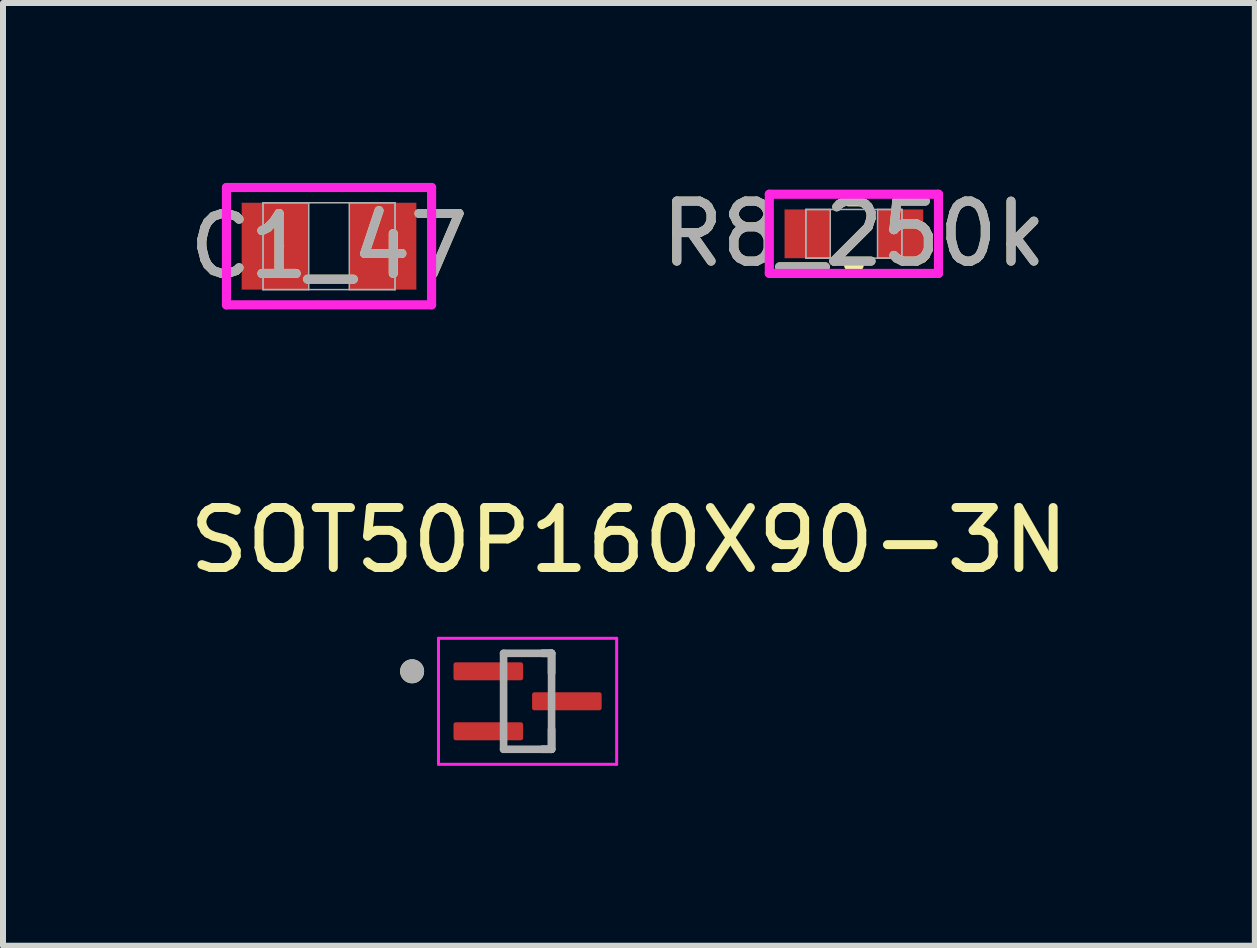
<source format=kicad_pcb>
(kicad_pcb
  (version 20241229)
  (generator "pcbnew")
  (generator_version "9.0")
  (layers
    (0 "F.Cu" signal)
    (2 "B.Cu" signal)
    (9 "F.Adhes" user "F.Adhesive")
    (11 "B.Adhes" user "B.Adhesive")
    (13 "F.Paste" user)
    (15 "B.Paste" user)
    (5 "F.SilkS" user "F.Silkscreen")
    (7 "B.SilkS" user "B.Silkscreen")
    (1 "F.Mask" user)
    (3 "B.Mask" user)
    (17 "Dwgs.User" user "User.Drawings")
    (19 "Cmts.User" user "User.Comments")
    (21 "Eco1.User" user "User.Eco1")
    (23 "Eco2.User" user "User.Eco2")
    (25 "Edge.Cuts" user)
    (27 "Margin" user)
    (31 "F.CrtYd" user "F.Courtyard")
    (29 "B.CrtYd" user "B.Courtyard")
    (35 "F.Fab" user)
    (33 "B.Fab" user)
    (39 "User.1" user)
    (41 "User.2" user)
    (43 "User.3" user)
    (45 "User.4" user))
  (footprint "R8_250k"
    (layer "F.Cu")
    (at 11.185 0.848)
    (property "Reference" "R8_250k" (at 0 0 0) (unlocked yes) (layer "F.SilkS") (effects (font (size 1 1) (thickness 0.15))))
    (attr smd)
    (fp_line (start -0.086 0.533) (end 0.086 0.533) (stroke (width 0.152) (type solid)) (layer "F.SilkS"))
    (fp_line (start 0.086 -0.533) (end -0.086 -0.533) (stroke (width 0.152) (type solid)) (layer "F.SilkS"))
    (fp_line (start -1.41 -0.66) (end 1.41 -0.66) (stroke (width 0.152) (type solid)) (layer "F.CrtYd"))
    (fp_line (start -1.41 0.66) (end -1.41 -0.66) (stroke (width 0.152) (type solid)) (layer "F.CrtYd"))
    (fp_line (start 1.41 -0.66) (end 1.41 0.66) (stroke (width 0.152) (type solid)) (layer "F.CrtYd"))
    (fp_line (start 1.41 0.66) (end -1.41 0.66) (stroke (width 0.152) (type solid)) (layer "F.CrtYd"))
    (fp_line (start -0.8 -0.406) (end -0.8 0.406) (stroke (width 0.025) (type solid)) (layer "F.Fab"))
    (fp_line (start -0.8 -0.406) (end -0.8 0.406) (stroke (width 0.025) (type solid)) (layer "F.Fab"))
    (fp_line (start -0.8 0.406) (end -0.394 0.406) (stroke (width 0.025) (type solid)) (layer "F.Fab"))
    (fp_line (start -0.8 0.406) (end 0.8 0.406) (stroke (width 0.025) (type solid)) (layer "F.Fab"))
    (fp_line (start -0.394 -0.406) (end -0.8 -0.406) (stroke (width 0.025) (type solid)) (layer "F.Fab"))
    (fp_line (start -0.394 0.406) (end -0.394 -0.406) (stroke (width 0.025) (type solid)) (layer "F.Fab"))
    (fp_line (start 0.394 -0.406) (end 0.394 0.406) (stroke (width 0.025) (type solid)) (layer "F.Fab"))
    (fp_line (start 0.394 0.406) (end 0.8 0.406) (stroke (width 0.025) (type solid)) (layer "F.Fab"))
    (fp_line (start 0.8 -0.406) (end -0.8 -0.406) (stroke (width 0.025) (type solid)) (layer "F.Fab"))
    (fp_line (start 0.8 -0.406) (end 0.394 -0.406) (stroke (width 0.025) (type solid)) (layer "F.Fab"))
    (fp_line (start 0.8 0.406) (end 0.8 -0.406) (stroke (width 0.025) (type solid)) (layer "F.Fab"))
    (fp_line (start 0.8 0.406) (end 0.8 -0.406) (stroke (width 0.025) (type solid)) (layer "F.Fab"))
    (fp_text user "${REFERENCE}" (at 0 0 0) (unlocked yes) (layer "F.Fab") (effects (font (size 1 1) (thickness 0.15))))
    (pad "1" smd rect (at -0.775 0) (size 0.762 0.813) (layers "F.Cu" "F.Mask" "F.Paste"))
    (pad "2" smd rect (at 0.775 0) (size 0.762 0.813) (layers "F.Cu" "F.Mask" "F.Paste"))
    (zone (net_name "") (layer "F.Cu") (hatch full 0.508) (connect_pads) (min_thickness 0.254) (filled_areas_thickness no) (keepout (tracks not_allowed) (vias not_allowed) (pads allowed) (copperpour not_allowed) (footprints allowed)) (placement (enabled no)) (fill) (polygon (pts (xy 10.842 0.493) (xy 11.527 0.493) (xy 11.527 1.204) (xy 10.842 1.204)))))
  (footprint "C1_47"
    (layer "F.Cu")
    (at 2.435 1.054)
    (property "Reference" "C1_47" (at 0 0 0) (unlocked yes) (layer "F.SilkS") (effects (font (size 1 1) (thickness 0.15))))
    (attr smd)
    (fp_line (start -1.71 -0.978) (end 1.71 -0.978) (stroke (width 0.152) (type solid)) (layer "F.CrtYd"))
    (fp_line (start -1.71 0.978) (end -1.71 -0.978) (stroke (width 0.152) (type solid)) (layer "F.CrtYd"))
    (fp_line (start 1.71 -0.978) (end 1.71 0.978) (stroke (width 0.152) (type solid)) (layer "F.CrtYd"))
    (fp_line (start 1.71 0.978) (end -1.71 0.978) (stroke (width 0.152) (type solid)) (layer "F.CrtYd"))
    (fp_line (start -1.1 -0.724) (end -1.1 0.724) (stroke (width 0.025) (type solid)) (layer "F.Fab"))
    (fp_line (start -1.1 -0.724) (end -1.1 0.724) (stroke (width 0.025) (type solid)) (layer "F.Fab"))
    (fp_line (start -1.1 0.724) (end -0.338 0.724) (stroke (width 0.025) (type solid)) (layer "F.Fab"))
    (fp_line (start -1.1 0.724) (end 1.1 0.724) (stroke (width 0.025) (type solid)) (layer "F.Fab"))
    (fp_line (start -0.338 -0.724) (end -1.1 -0.724) (stroke (width 0.025) (type solid)) (layer "F.Fab"))
    (fp_line (start -0.338 0.724) (end -0.338 -0.724) (stroke (width 0.025) (type solid)) (layer "F.Fab"))
    (fp_line (start 0.338 -0.724) (end 0.338 0.724) (stroke (width 0.025) (type solid)) (layer "F.Fab"))
    (fp_line (start 0.338 0.724) (end 1.1 0.724) (stroke (width 0.025) (type solid)) (layer "F.Fab"))
    (fp_line (start 1.1 -0.724) (end -1.1 -0.724) (stroke (width 0.025) (type solid)) (layer "F.Fab"))
    (fp_line (start 1.1 -0.724) (end 0.338 -0.724) (stroke (width 0.025) (type solid)) (layer "F.Fab"))
    (fp_line (start 1.1 0.724) (end 1.1 -0.724) (stroke (width 0.025) (type solid)) (layer "F.Fab"))
    (fp_line (start 1.1 0.724) (end 1.1 -0.724) (stroke (width 0.025) (type solid)) (layer "F.Fab"))
    (fp_circle (center -0.77 0) (end -0.77 0) (stroke (width 0.025) (type solid)) (fill no) (layer "F.Fab"))
    (fp_text user "${REFERENCE}" (at 0 0 0) (unlocked yes) (layer "F.Fab") (effects (font (size 1 1) (thickness 0.15))))
    (pad "1" smd rect (at -0.897 0) (size 1.118 1.448) (layers "F.Cu" "F.Mask" "F.Paste"))
    (pad "2" smd rect (at 0.897 0) (size 1.118 1.448) (layers "F.Cu" "F.Mask" "F.Paste"))
    (zone (net_name "") (layer "F.Cu") (hatch full 0.508) (connect_pads) (min_thickness 0.254) (filled_areas_thickness no) (keepout (tracks not_allowed) (vias not_allowed) (pads allowed) (copperpour not_allowed) (footprints allowed)) (placement (enabled no)) (fill) (polygon (pts (xy 2.147 0.381) (xy 2.722 0.381) (xy 2.722 1.727) (xy 2.147 1.727)))))
  (footprint "SOT50P160X90-3N"
    (layer "F.Cu")
    (at 5.745 8.641)
    (property "Reference" "SOT50P160X90-3N" (at 1.69 -2.685 0) (layer "F.SilkS") (effects (font (size 1 1) (thickness 0.15))))
    (attr smd)
    (fp_line (start 0.245 -0.8) (end 0.4 -0.8) (stroke (width 0.127) (type solid)) (layer "F.SilkS"))
    (fp_line (start 0.4 -0.8) (end 0.4 -0.47) (stroke (width 0.127) (type solid)) (layer "F.SilkS"))
    (fp_line (start 0.4 0.8) (end 0.245 0.8) (stroke (width 0.127) (type solid)) (layer "F.SilkS"))
    (fp_line (start 0.4 0.8) (end 0.4 0.47) (stroke (width 0.127) (type solid)) (layer "F.SilkS"))
    (fp_circle (center -1.925 -0.5) (end -1.825 -0.5) (stroke (width 0.2) (type solid)) (fill no) (layer "F.SilkS"))
    (fp_line (start -1.485 -1.05) (end -1.485 1.05) (stroke (width 0.05) (type solid)) (layer "F.CrtYd"))
    (fp_line (start -1.485 1.05) (end 1.485 1.05) (stroke (width 0.05) (type solid)) (layer "F.CrtYd"))
    (fp_line (start 1.485 -1.05) (end -1.485 -1.05) (stroke (width 0.05) (type solid)) (layer "F.CrtYd"))
    (fp_line (start 1.485 1.05) (end 1.485 -1.05) (stroke (width 0.05) (type solid)) (layer "F.CrtYd"))
    (fp_line (start -0.4 -0.8) (end 0.4 -0.8) (stroke (width 0.127) (type solid)) (layer "F.Fab"))
    (fp_line (start -0.4 0.8) (end -0.4 -0.8) (stroke (width 0.127) (type solid)) (layer "F.Fab"))
    (fp_line (start 0.4 -0.8) (end 0.4 0.8) (stroke (width 0.127) (type solid)) (layer "F.Fab"))
    (fp_line (start 0.4 0.8) (end -0.4 0.8) (stroke (width 0.127) (type solid)) (layer "F.Fab"))
    (fp_circle (center -1.925 -0.5) (end -1.825 -0.5) (stroke (width 0.2) (type solid)) (fill no) (layer "F.Fab"))
    (pad "1" smd roundrect (at -0.655 -0.5) (size 1.16 0.3) (layers "F.Cu" "F.Mask" "F.Paste") (roundrect_rratio 0.125))
    (pad "2" smd roundrect (at -0.655 0.5) (size 1.16 0.3) (layers "F.Cu" "F.Mask" "F.Paste") (roundrect_rratio 0.125))
    (pad "3" smd roundrect (at 0.655 0) (size 1.16 0.3) (layers "F.Cu" "F.Mask" "F.Paste") (roundrect_rratio 0.125)))
  (gr_rect
    (start -3 -3)
    (end 17.869 12.716)
    (stroke (width 0.1) (type default))
    (fill no)
    (layer "Edge.Cuts")))
</source>
